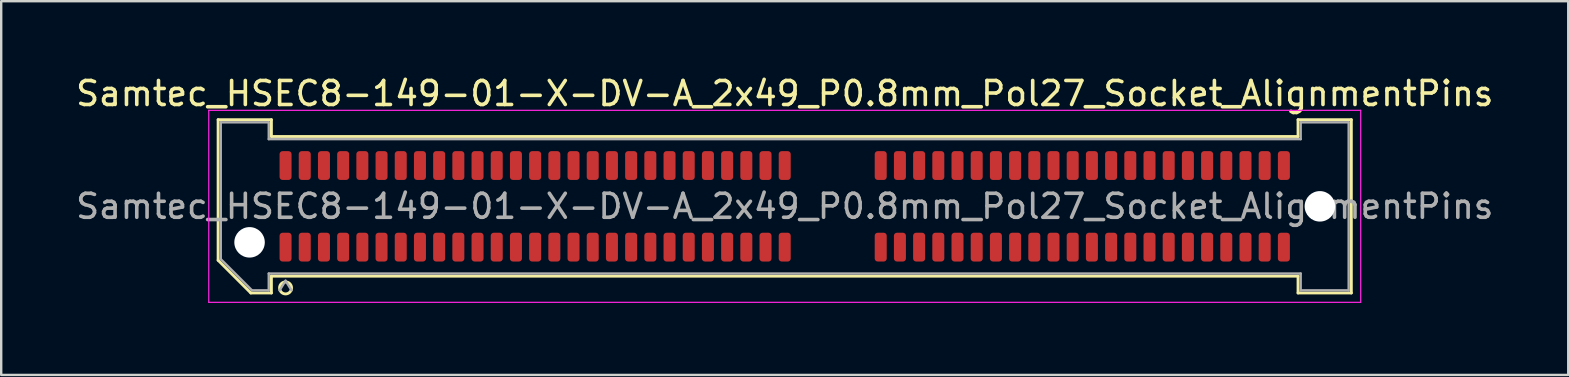
<source format=kicad_pcb>
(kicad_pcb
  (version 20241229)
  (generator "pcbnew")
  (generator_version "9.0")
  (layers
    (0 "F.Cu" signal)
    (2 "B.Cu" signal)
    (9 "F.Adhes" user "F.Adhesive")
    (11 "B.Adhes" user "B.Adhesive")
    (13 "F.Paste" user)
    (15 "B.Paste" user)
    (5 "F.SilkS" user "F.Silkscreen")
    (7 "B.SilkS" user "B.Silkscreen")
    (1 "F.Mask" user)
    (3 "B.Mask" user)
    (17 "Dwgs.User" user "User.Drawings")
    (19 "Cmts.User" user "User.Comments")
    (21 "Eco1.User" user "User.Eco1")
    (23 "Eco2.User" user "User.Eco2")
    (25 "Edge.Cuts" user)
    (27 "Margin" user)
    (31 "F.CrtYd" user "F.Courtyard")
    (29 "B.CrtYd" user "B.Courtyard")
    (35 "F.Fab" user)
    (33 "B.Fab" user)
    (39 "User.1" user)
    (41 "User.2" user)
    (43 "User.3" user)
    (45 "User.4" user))
  (footprint "Samtec_HSEC8-149-01-X-DV-A_2x49_P0.8mm_Pol27_Socket_AlignmentPins"
    (layer "F.Cu")
    (at 29.649 5.548)
    (property "Reference" "Samtec_HSEC8-149-01-X-DV-A_2x49_P0.8mm_Pol27_Socket_AlignmentPins" (at 0 -4.7 0) (layer "F.SilkS") (effects (font (size 1 1) (thickness 0.15))))
    (attr smd)
    (fp_line (start -23.61 -3.61) (end -21.39 -3.61) (stroke (width 0.12) (type solid)) (layer "F.SilkS"))
    (fp_line (start -23.61 2.246) (end -23.61 -3.61) (stroke (width 0.12) (type solid)) (layer "F.SilkS"))
    (fp_line (start -22.246 3.61) (end -23.61 2.246) (stroke (width 0.12) (type solid)) (layer "F.SilkS"))
    (fp_line (start -21.39 -3.61) (end -21.39 -2.91) (stroke (width 0.12) (type solid)) (layer "F.SilkS"))
    (fp_line (start -21.39 -2.91) (end 21.39 -2.91) (stroke (width 0.12) (type solid)) (layer "F.SilkS"))
    (fp_line (start -21.39 2.91) (end -21.39 3.61) (stroke (width 0.12) (type solid)) (layer "F.SilkS"))
    (fp_line (start -21.39 3.61) (end -22.246 3.61) (stroke (width 0.12) (type solid)) (layer "F.SilkS"))
    (fp_line (start 21.39 -3.61) (end 23.61 -3.61) (stroke (width 0.12) (type solid)) (layer "F.SilkS"))
    (fp_line (start 21.39 -2.91) (end 21.39 -3.61) (stroke (width 0.12) (type solid)) (layer "F.SilkS"))
    (fp_line (start 21.39 2.91) (end -21.39 2.91) (stroke (width 0.12) (type solid)) (layer "F.SilkS"))
    (fp_line (start 21.39 3.61) (end 21.39 2.91) (stroke (width 0.12) (type solid)) (layer "F.SilkS"))
    (fp_line (start 23.61 -3.61) (end 23.61 3.61) (stroke (width 0.12) (type solid)) (layer "F.SilkS"))
    (fp_line (start 23.61 3.61) (end 21.39 3.61) (stroke (width 0.12) (type solid)) (layer "F.SilkS"))
    (fp_arc (start -20.55 3.4) (mid -21.05 3.4) (end -20.55 3.4) (stroke (width 0.12) (type solid)) (layer "F.SilkS"))
    (fp_line (start -24 -4) (end -24 4) (stroke (width 0.05) (type solid)) (layer "F.CrtYd"))
    (fp_line (start -24 4) (end 24 4) (stroke (width 0.05) (type solid)) (layer "F.CrtYd"))
    (fp_line (start 24 -4) (end -24 -4) (stroke (width 0.05) (type solid)) (layer "F.CrtYd"))
    (fp_line (start 24 4) (end 24 -4) (stroke (width 0.05) (type solid)) (layer "F.CrtYd"))
    (fp_line (start -23.5 -3.5) (end -21.5 -3.5) (stroke (width 0.1) (type solid)) (layer "F.Fab"))
    (fp_line (start -23.5 2.2) (end -23.5 -3.5) (stroke (width 0.1) (type solid)) (layer "F.Fab"))
    (fp_line (start -22.2 3.5) (end -23.5 2.2) (stroke (width 0.1) (type solid)) (layer "F.Fab"))
    (fp_line (start -21.5 -3.5) (end -21.5 -2.8) (stroke (width 0.1) (type solid)) (layer "F.Fab"))
    (fp_line (start -21.5 -2.8) (end 21.5 -2.8) (stroke (width 0.1) (type solid)) (layer "F.Fab"))
    (fp_line (start -21.5 2.8) (end -21.5 3.5) (stroke (width 0.1) (type solid)) (layer "F.Fab"))
    (fp_line (start -21.5 3.5) (end -22.2 3.5) (stroke (width 0.1) (type solid)) (layer "F.Fab"))
    (fp_line (start -20.8 3.1) (end -21.05 3.5) (stroke (width 0.1) (type solid)) (layer "F.Fab"))
    (fp_line (start -20.8 3.1) (end -20.55 3.5) (stroke (width 0.1) (type solid)) (layer "F.Fab"))
    (fp_line (start 21.5 -3.5) (end 23.5 -3.5) (stroke (width 0.1) (type solid)) (layer "F.Fab"))
    (fp_line (start 21.5 -2.8) (end 21.5 -3.5) (stroke (width 0.1) (type solid)) (layer "F.Fab"))
    (fp_line (start 21.5 2.8) (end -21.5 2.8) (stroke (width 0.1) (type solid)) (layer "F.Fab"))
    (fp_line (start 21.5 3.5) (end 21.5 2.8) (stroke (width 0.1) (type solid)) (layer "F.Fab"))
    (fp_line (start 23.5 -3.5) (end 23.5 3.5) (stroke (width 0.1) (type solid)) (layer "F.Fab"))
    (fp_line (start 23.5 3.5) (end 21.5 3.5) (stroke (width 0.1) (type solid)) (layer "F.Fab"))
    (fp_text user "${REFERENCE}" (at 0 0 0) (layer "F.Fab") (effects (font (size 1 1) (thickness 0.15))))
    (pad "" np_thru_hole circle (at -22.3 1.5) (size 1.27 1.27) (drill 1.27) (layers "*.Cu" "*.Mask"))
    (pad "" np_thru_hole circle (at 22.3 0) (size 1.27 1.27) (drill 1.27) (layers "*.Cu" "*.Mask"))
    (pad "1" smd roundrect (at -20.8 1.7) (size 0.5 1.2) (layers "F.Cu" "F.Mask" "F.Paste") (roundrect_rratio 0.25))
    (pad "2" smd roundrect (at -20.8 -1.7) (size 0.5 1.2) (layers "F.Cu" "F.Mask" "F.Paste") (roundrect_rratio 0.25))
    (pad "3" smd roundrect (at -20 1.7) (size 0.5 1.2) (layers "F.Cu" "F.Mask" "F.Paste") (roundrect_rratio 0.25))
    (pad "4" smd roundrect (at -20 -1.7) (size 0.5 1.2) (layers "F.Cu" "F.Mask" "F.Paste") (roundrect_rratio 0.25))
    (pad "5" smd roundrect (at -19.2 1.7) (size 0.5 1.2) (layers "F.Cu" "F.Mask" "F.Paste") (roundrect_rratio 0.25))
    (pad "6" smd roundrect (at -19.2 -1.7) (size 0.5 1.2) (layers "F.Cu" "F.Mask" "F.Paste") (roundrect_rratio 0.25))
    (pad "7" smd roundrect (at -18.4 1.7) (size 0.5 1.2) (layers "F.Cu" "F.Mask" "F.Paste") (roundrect_rratio 0.25))
    (pad "8" smd roundrect (at -18.4 -1.7) (size 0.5 1.2) (layers "F.Cu" "F.Mask" "F.Paste") (roundrect_rratio 0.25))
    (pad "9" smd roundrect (at -17.6 1.7) (size 0.5 1.2) (layers "F.Cu" "F.Mask" "F.Paste") (roundrect_rratio 0.25))
    (pad "10" smd roundrect (at -17.6 -1.7) (size 0.5 1.2) (layers "F.Cu" "F.Mask" "F.Paste") (roundrect_rratio 0.25))
    (pad "11" smd roundrect (at -16.8 1.7) (size 0.5 1.2) (layers "F.Cu" "F.Mask" "F.Paste") (roundrect_rratio 0.25))
    (pad "12" smd roundrect (at -16.8 -1.7) (size 0.5 1.2) (layers "F.Cu" "F.Mask" "F.Paste") (roundrect_rratio 0.25))
    (pad "13" smd roundrect (at -16 1.7) (size 0.5 1.2) (layers "F.Cu" "F.Mask" "F.Paste") (roundrect_rratio 0.25))
    (pad "14" smd roundrect (at -16 -1.7) (size 0.5 1.2) (layers "F.Cu" "F.Mask" "F.Paste") (roundrect_rratio 0.25))
    (pad "15" smd roundrect (at -15.2 1.7) (size 0.5 1.2) (layers "F.Cu" "F.Mask" "F.Paste") (roundrect_rratio 0.25))
    (pad "16" smd roundrect (at -15.2 -1.7) (size 0.5 1.2) (layers "F.Cu" "F.Mask" "F.Paste") (roundrect_rratio 0.25))
    (pad "17" smd roundrect (at -14.4 1.7) (size 0.5 1.2) (layers "F.Cu" "F.Mask" "F.Paste") (roundrect_rratio 0.25))
    (pad "18" smd roundrect (at -14.4 -1.7) (size 0.5 1.2) (layers "F.Cu" "F.Mask" "F.Paste") (roundrect_rratio 0.25))
    (pad "19" smd roundrect (at -13.6 1.7) (size 0.5 1.2) (layers "F.Cu" "F.Mask" "F.Paste") (roundrect_rratio 0.25))
    (pad "20" smd roundrect (at -13.6 -1.7) (size 0.5 1.2) (layers "F.Cu" "F.Mask" "F.Paste") (roundrect_rratio 0.25))
    (pad "21" smd roundrect (at -12.8 1.7) (size 0.5 1.2) (layers "F.Cu" "F.Mask" "F.Paste") (roundrect_rratio 0.25))
    (pad "22" smd roundrect (at -12.8 -1.7) (size 0.5 1.2) (layers "F.Cu" "F.Mask" "F.Paste") (roundrect_rratio 0.25))
    (pad "23" smd roundrect (at -12 1.7) (size 0.5 1.2) (layers "F.Cu" "F.Mask" "F.Paste") (roundrect_rratio 0.25))
    (pad "24" smd roundrect (at -12 -1.7) (size 0.5 1.2) (layers "F.Cu" "F.Mask" "F.Paste") (roundrect_rratio 0.25))
    (pad "25" smd roundrect (at -11.2 1.7) (size 0.5 1.2) (layers "F.Cu" "F.Mask" "F.Paste") (roundrect_rratio 0.25))
    (pad "26" smd roundrect (at -11.2 -1.7) (size 0.5 1.2) (layers "F.Cu" "F.Mask" "F.Paste") (roundrect_rratio 0.25))
    (pad "27" smd roundrect (at -10.4 1.7) (size 0.5 1.2) (layers "F.Cu" "F.Mask" "F.Paste") (roundrect_rratio 0.25))
    (pad "28" smd roundrect (at -10.4 -1.7) (size 0.5 1.2) (layers "F.Cu" "F.Mask" "F.Paste") (roundrect_rratio 0.25))
    (pad "29" smd roundrect (at -9.6 1.7) (size 0.5 1.2) (layers "F.Cu" "F.Mask" "F.Paste") (roundrect_rratio 0.25))
    (pad "30" smd roundrect (at -9.6 -1.7) (size 0.5 1.2) (layers "F.Cu" "F.Mask" "F.Paste") (roundrect_rratio 0.25))
    (pad "31" smd roundrect (at -8.8 1.7) (size 0.5 1.2) (layers "F.Cu" "F.Mask" "F.Paste") (roundrect_rratio 0.25))
    (pad "32" smd roundrect (at -8.8 -1.7) (size 0.5 1.2) (layers "F.Cu" "F.Mask" "F.Paste") (roundrect_rratio 0.25))
    (pad "33" smd roundrect (at -8 1.7) (size 0.5 1.2) (layers "F.Cu" "F.Mask" "F.Paste") (roundrect_rratio 0.25))
    (pad "34" smd roundrect (at -8 -1.7) (size 0.5 1.2) (layers "F.Cu" "F.Mask" "F.Paste") (roundrect_rratio 0.25))
    (pad "35" smd roundrect (at -7.2 1.7) (size 0.5 1.2) (layers "F.Cu" "F.Mask" "F.Paste") (roundrect_rratio 0.25))
    (pad "36" smd roundrect (at -7.2 -1.7) (size 0.5 1.2) (layers "F.Cu" "F.Mask" "F.Paste") (roundrect_rratio 0.25))
    (pad "37" smd roundrect (at -6.4 1.7) (size 0.5 1.2) (layers "F.Cu" "F.Mask" "F.Paste") (roundrect_rratio 0.25))
    (pad "38" smd roundrect (at -6.4 -1.7) (size 0.5 1.2) (layers "F.Cu" "F.Mask" "F.Paste") (roundrect_rratio 0.25))
    (pad "39" smd roundrect (at -5.6 1.7) (size 0.5 1.2) (layers "F.Cu" "F.Mask" "F.Paste") (roundrect_rratio 0.25))
    (pad "40" smd roundrect (at -5.6 -1.7) (size 0.5 1.2) (layers "F.Cu" "F.Mask" "F.Paste") (roundrect_rratio 0.25))
    (pad "41" smd roundrect (at -4.8 1.7) (size 0.5 1.2) (layers "F.Cu" "F.Mask" "F.Paste") (roundrect_rratio 0.25))
    (pad "42" smd roundrect (at -4.8 -1.7) (size 0.5 1.2) (layers "F.Cu" "F.Mask" "F.Paste") (roundrect_rratio 0.25))
    (pad "43" smd roundrect (at -4 1.7) (size 0.5 1.2) (layers "F.Cu" "F.Mask" "F.Paste") (roundrect_rratio 0.25))
    (pad "44" smd roundrect (at -4 -1.7) (size 0.5 1.2) (layers "F.Cu" "F.Mask" "F.Paste") (roundrect_rratio 0.25))
    (pad "45" smd roundrect (at -3.2 1.7) (size 0.5 1.2) (layers "F.Cu" "F.Mask" "F.Paste") (roundrect_rratio 0.25))
    (pad "46" smd roundrect (at -3.2 -1.7) (size 0.5 1.2) (layers "F.Cu" "F.Mask" "F.Paste") (roundrect_rratio 0.25))
    (pad "47" smd roundrect (at -2.4 1.7) (size 0.5 1.2) (layers "F.Cu" "F.Mask" "F.Paste") (roundrect_rratio 0.25))
    (pad "48" smd roundrect (at -2.4 -1.7) (size 0.5 1.2) (layers "F.Cu" "F.Mask" "F.Paste") (roundrect_rratio 0.25))
    (pad "49" smd roundrect (at -1.6 1.7) (size 0.5 1.2) (layers "F.Cu" "F.Mask" "F.Paste") (roundrect_rratio 0.25))
    (pad "50" smd roundrect (at -1.6 -1.7) (size 0.5 1.2) (layers "F.Cu" "F.Mask" "F.Paste") (roundrect_rratio 0.25))
    (pad "51" smd roundrect (at -0.8 1.7) (size 0.5 1.2) (layers "F.Cu" "F.Mask" "F.Paste") (roundrect_rratio 0.25))
    (pad "52" smd roundrect (at -0.8 -1.7) (size 0.5 1.2) (layers "F.Cu" "F.Mask" "F.Paste") (roundrect_rratio 0.25))
    (pad "53" smd roundrect (at 0 1.7) (size 0.5 1.2) (layers "F.Cu" "F.Mask" "F.Paste") (roundrect_rratio 0.25))
    (pad "54" smd roundrect (at 0 -1.7) (size 0.5 1.2) (layers "F.Cu" "F.Mask" "F.Paste") (roundrect_rratio 0.25))
    (pad "55" smd roundrect (at 4 1.7) (size 0.5 1.2) (layers "F.Cu" "F.Mask" "F.Paste") (roundrect_rratio 0.25))
    (pad "56" smd roundrect (at 4 -1.7) (size 0.5 1.2) (layers "F.Cu" "F.Mask" "F.Paste") (roundrect_rratio 0.25))
    (pad "57" smd roundrect (at 4.8 1.7) (size 0.5 1.2) (layers "F.Cu" "F.Mask" "F.Paste") (roundrect_rratio 0.25))
    (pad "58" smd roundrect (at 4.8 -1.7) (size 0.5 1.2) (layers "F.Cu" "F.Mask" "F.Paste") (roundrect_rratio 0.25))
    (pad "59" smd roundrect (at 5.6 1.7) (size 0.5 1.2) (layers "F.Cu" "F.Mask" "F.Paste") (roundrect_rratio 0.25))
    (pad "60" smd roundrect (at 5.6 -1.7) (size 0.5 1.2) (layers "F.Cu" "F.Mask" "F.Paste") (roundrect_rratio 0.25))
    (pad "61" smd roundrect (at 6.4 1.7) (size 0.5 1.2) (layers "F.Cu" "F.Mask" "F.Paste") (roundrect_rratio 0.25))
    (pad "62" smd roundrect (at 6.4 -1.7) (size 0.5 1.2) (layers "F.Cu" "F.Mask" "F.Paste") (roundrect_rratio 0.25))
    (pad "63" smd roundrect (at 7.2 1.7) (size 0.5 1.2) (layers "F.Cu" "F.Mask" "F.Paste") (roundrect_rratio 0.25))
    (pad "64" smd roundrect (at 7.2 -1.7) (size 0.5 1.2) (layers "F.Cu" "F.Mask" "F.Paste") (roundrect_rratio 0.25))
    (pad "65" smd roundrect (at 8 1.7) (size 0.5 1.2) (layers "F.Cu" "F.Mask" "F.Paste") (roundrect_rratio 0.25))
    (pad "66" smd roundrect (at 8 -1.7) (size 0.5 1.2) (layers "F.Cu" "F.Mask" "F.Paste") (roundrect_rratio 0.25))
    (pad "67" smd roundrect (at 8.8 1.7) (size 0.5 1.2) (layers "F.Cu" "F.Mask" "F.Paste") (roundrect_rratio 0.25))
    (pad "68" smd roundrect (at 8.8 -1.7) (size 0.5 1.2) (layers "F.Cu" "F.Mask" "F.Paste") (roundrect_rratio 0.25))
    (pad "69" smd roundrect (at 9.6 1.7) (size 0.5 1.2) (layers "F.Cu" "F.Mask" "F.Paste") (roundrect_rratio 0.25))
    (pad "70" smd roundrect (at 9.6 -1.7) (size 0.5 1.2) (layers "F.Cu" "F.Mask" "F.Paste") (roundrect_rratio 0.25))
    (pad "71" smd roundrect (at 10.4 1.7) (size 0.5 1.2) (layers "F.Cu" "F.Mask" "F.Paste") (roundrect_rratio 0.25))
    (pad "72" smd roundrect (at 10.4 -1.7) (size 0.5 1.2) (layers "F.Cu" "F.Mask" "F.Paste") (roundrect_rratio 0.25))
    (pad "73" smd roundrect (at 11.2 1.7) (size 0.5 1.2) (layers "F.Cu" "F.Mask" "F.Paste") (roundrect_rratio 0.25))
    (pad "74" smd roundrect (at 11.2 -1.7) (size 0.5 1.2) (layers "F.Cu" "F.Mask" "F.Paste") (roundrect_rratio 0.25))
    (pad "75" smd roundrect (at 12 1.7) (size 0.5 1.2) (layers "F.Cu" "F.Mask" "F.Paste") (roundrect_rratio 0.25))
    (pad "76" smd roundrect (at 12 -1.7) (size 0.5 1.2) (layers "F.Cu" "F.Mask" "F.Paste") (roundrect_rratio 0.25))
    (pad "77" smd roundrect (at 12.8 1.7) (size 0.5 1.2) (layers "F.Cu" "F.Mask" "F.Paste") (roundrect_rratio 0.25))
    (pad "78" smd roundrect (at 12.8 -1.7) (size 0.5 1.2) (layers "F.Cu" "F.Mask" "F.Paste") (roundrect_rratio 0.25))
    (pad "79" smd roundrect (at 13.6 1.7) (size 0.5 1.2) (layers "F.Cu" "F.Mask" "F.Paste") (roundrect_rratio 0.25))
    (pad "80" smd roundrect (at 13.6 -1.7) (size 0.5 1.2) (layers "F.Cu" "F.Mask" "F.Paste") (roundrect_rratio 0.25))
    (pad "81" smd roundrect (at 14.4 1.7) (size 0.5 1.2) (layers "F.Cu" "F.Mask" "F.Paste") (roundrect_rratio 0.25))
    (pad "82" smd roundrect (at 14.4 -1.7) (size 0.5 1.2) (layers "F.Cu" "F.Mask" "F.Paste") (roundrect_rratio 0.25))
    (pad "83" smd roundrect (at 15.2 1.7) (size 0.5 1.2) (layers "F.Cu" "F.Mask" "F.Paste") (roundrect_rratio 0.25))
    (pad "84" smd roundrect (at 15.2 -1.7) (size 0.5 1.2) (layers "F.Cu" "F.Mask" "F.Paste") (roundrect_rratio 0.25))
    (pad "85" smd roundrect (at 16 1.7) (size 0.5 1.2) (layers "F.Cu" "F.Mask" "F.Paste") (roundrect_rratio 0.25))
    (pad "86" smd roundrect (at 16 -1.7) (size 0.5 1.2) (layers "F.Cu" "F.Mask" "F.Paste") (roundrect_rratio 0.25))
    (pad "87" smd roundrect (at 16.8 1.7) (size 0.5 1.2) (layers "F.Cu" "F.Mask" "F.Paste") (roundrect_rratio 0.25))
    (pad "88" smd roundrect (at 16.8 -1.7) (size 0.5 1.2) (layers "F.Cu" "F.Mask" "F.Paste") (roundrect_rratio 0.25))
    (pad "89" smd roundrect (at 17.6 1.7) (size 0.5 1.2) (layers "F.Cu" "F.Mask" "F.Paste") (roundrect_rratio 0.25))
    (pad "90" smd roundrect (at 17.6 -1.7) (size 0.5 1.2) (layers "F.Cu" "F.Mask" "F.Paste") (roundrect_rratio 0.25))
    (pad "91" smd roundrect (at 18.4 1.7) (size 0.5 1.2) (layers "F.Cu" "F.Mask" "F.Paste") (roundrect_rratio 0.25))
    (pad "92" smd roundrect (at 18.4 -1.7) (size 0.5 1.2) (layers "F.Cu" "F.Mask" "F.Paste") (roundrect_rratio 0.25))
    (pad "93" smd roundrect (at 19.2 1.7) (size 0.5 1.2) (layers "F.Cu" "F.Mask" "F.Paste") (roundrect_rratio 0.25))
    (pad "94" smd roundrect (at 19.2 -1.7) (size 0.5 1.2) (layers "F.Cu" "F.Mask" "F.Paste") (roundrect_rratio 0.25))
    (pad "95" smd roundrect (at 20 1.7) (size 0.5 1.2) (layers "F.Cu" "F.Mask" "F.Paste") (roundrect_rratio 0.25))
    (pad "96" smd roundrect (at 20 -1.7) (size 0.5 1.2) (layers "F.Cu" "F.Mask" "F.Paste") (roundrect_rratio 0.25))
    (pad "97" smd roundrect (at 20.8 1.7) (size 0.5 1.2) (layers "F.Cu" "F.Mask" "F.Paste") (roundrect_rratio 0.25))
    (pad "98" smd roundrect (at 20.8 -1.7) (size 0.5 1.2) (layers "F.Cu" "F.Mask" "F.Paste") (roundrect_rratio 0.25)))
  (gr_rect
    (start -3 -3)
    (end 62.298 12.573)
    (stroke (width 0.1) (type default))
    (fill no)
    (layer "Edge.Cuts")))
</source>
